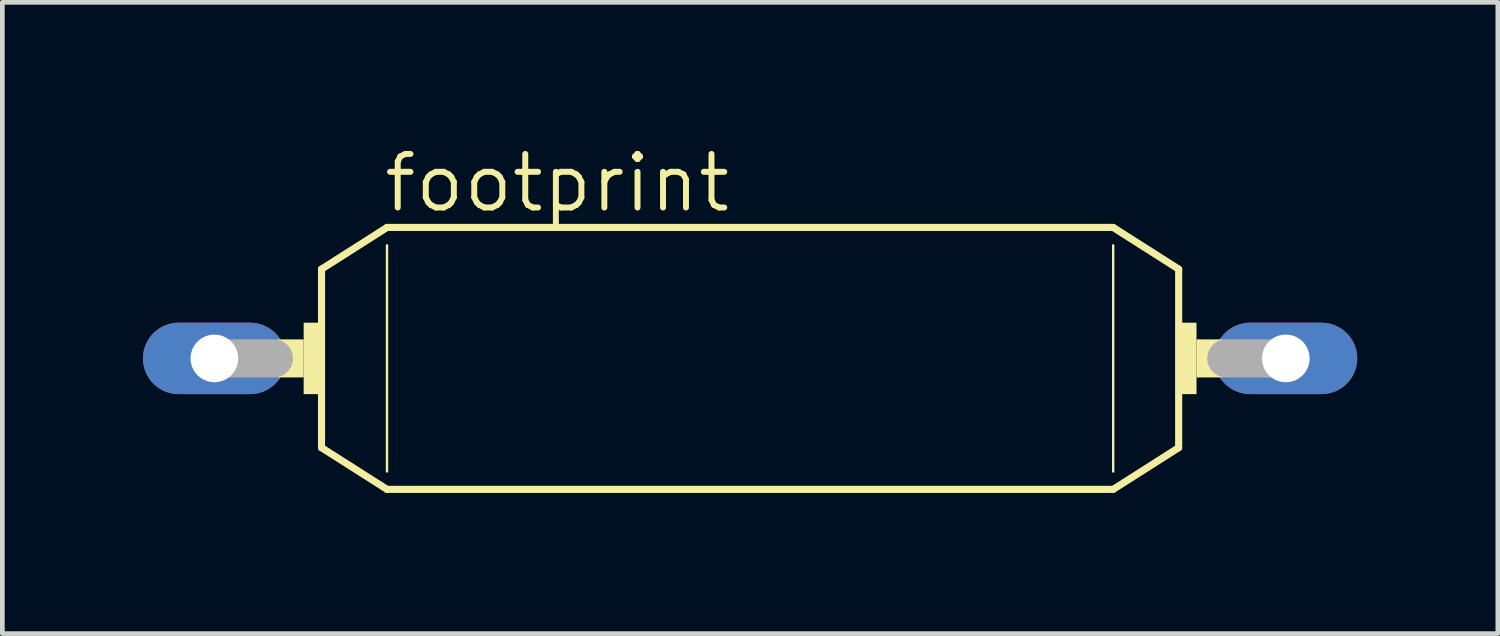
<source format=kicad_pcb>
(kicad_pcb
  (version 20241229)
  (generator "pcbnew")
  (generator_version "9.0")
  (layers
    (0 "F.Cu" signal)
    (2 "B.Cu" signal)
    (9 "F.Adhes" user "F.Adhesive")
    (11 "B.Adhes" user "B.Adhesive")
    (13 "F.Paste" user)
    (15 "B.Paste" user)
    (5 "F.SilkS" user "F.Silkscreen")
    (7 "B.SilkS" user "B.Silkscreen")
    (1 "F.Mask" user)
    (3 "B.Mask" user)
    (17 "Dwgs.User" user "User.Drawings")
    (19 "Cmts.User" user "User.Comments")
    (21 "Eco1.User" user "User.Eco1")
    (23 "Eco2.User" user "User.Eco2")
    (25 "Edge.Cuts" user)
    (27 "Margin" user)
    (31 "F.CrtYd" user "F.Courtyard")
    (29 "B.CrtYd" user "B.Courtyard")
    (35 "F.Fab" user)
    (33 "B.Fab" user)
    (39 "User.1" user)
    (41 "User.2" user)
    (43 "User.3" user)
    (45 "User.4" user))
  (footprint "footprint"
    (layer "F.Cu")
    (at 12.954 4.597)
    (property "Reference" "footprint" (at -7.874 -3.073 0) (layer "F.SilkS") (effects (font (size 1.143 1.143) (thickness 0.127)) (justify left bottom)))
    (fp_line (start -9.144 -1.905) (end -7.747 -2.794) (stroke (width 0.152) (type solid)) (layer "F.SilkS"))
    (fp_line (start -9.144 1.905) (end -9.144 -1.905) (stroke (width 0.152) (type solid)) (layer "F.SilkS"))
    (fp_line (start -9.144 1.905) (end -7.747 2.794) (stroke (width 0.152) (type solid)) (layer "F.SilkS"))
    (fp_line (start -7.747 -2.413) (end -7.747 2.413) (stroke (width 0.051) (type solid)) (layer "F.SilkS"))
    (fp_line (start 7.747 -2.794) (end -7.747 -2.794) (stroke (width 0.152) (type solid)) (layer "F.SilkS"))
    (fp_line (start 7.747 -2.413) (end 7.747 2.413) (stroke (width 0.051) (type solid)) (layer "F.SilkS"))
    (fp_line (start 7.747 2.794) (end -7.747 2.794) (stroke (width 0.152) (type solid)) (layer "F.SilkS"))
    (fp_line (start 9.144 -1.905) (end 7.747 -2.794) (stroke (width 0.152) (type solid)) (layer "F.SilkS"))
    (fp_line (start 9.144 1.905) (end 7.747 2.794) (stroke (width 0.152) (type solid)) (layer "F.SilkS"))
    (fp_line (start 9.144 1.905) (end 9.144 -1.905) (stroke (width 0.152) (type solid)) (layer "F.SilkS"))
    (fp_poly (pts (xy -10.084 0.406) (xy -9.525 0.406) (xy -9.525 -0.406) (xy -10.084 -0.406)) (stroke (width 0) (type solid)) (fill yes) (layer "F.SilkS"))
    (fp_poly (pts (xy -9.525 0.762) (xy -9.144 0.762) (xy -9.144 -0.762) (xy -9.525 -0.762)) (stroke (width 0) (type solid)) (fill yes) (layer "F.SilkS"))
    (fp_poly (pts (xy 9.144 0.762) (xy 9.525 0.762) (xy 9.525 -0.762) (xy 9.144 -0.762)) (stroke (width 0) (type solid)) (fill yes) (layer "F.SilkS"))
    (fp_poly (pts (xy 9.525 0.406) (xy 10.084 0.406) (xy 10.084 -0.406) (xy 9.525 -0.406)) (stroke (width 0) (type solid)) (fill yes) (layer "F.SilkS"))
    (fp_line (start -11.43 0) (end -10.16 0) (stroke (width 0.813) (type solid)) (layer "F.Fab"))
    (fp_line (start 11.43 0) (end 10.16 0) (stroke (width 0.813) (type solid)) (layer "F.Fab"))
    (pad "1" thru_hole oval (at -11.43 0) (size 3.048 1.524) (drill 1.016) (layers "*.Cu" "*.Mask"))
    (pad "2" thru_hole oval (at 11.43 0) (size 3.048 1.524) (drill 1.016) (layers "*.Cu" "*.Mask")))
  (gr_rect
    (start -3 -3)
    (end 28.908 10.468)
    (stroke (width 0.1) (type default))
    (fill no)
    (layer "Edge.Cuts")))
</source>
